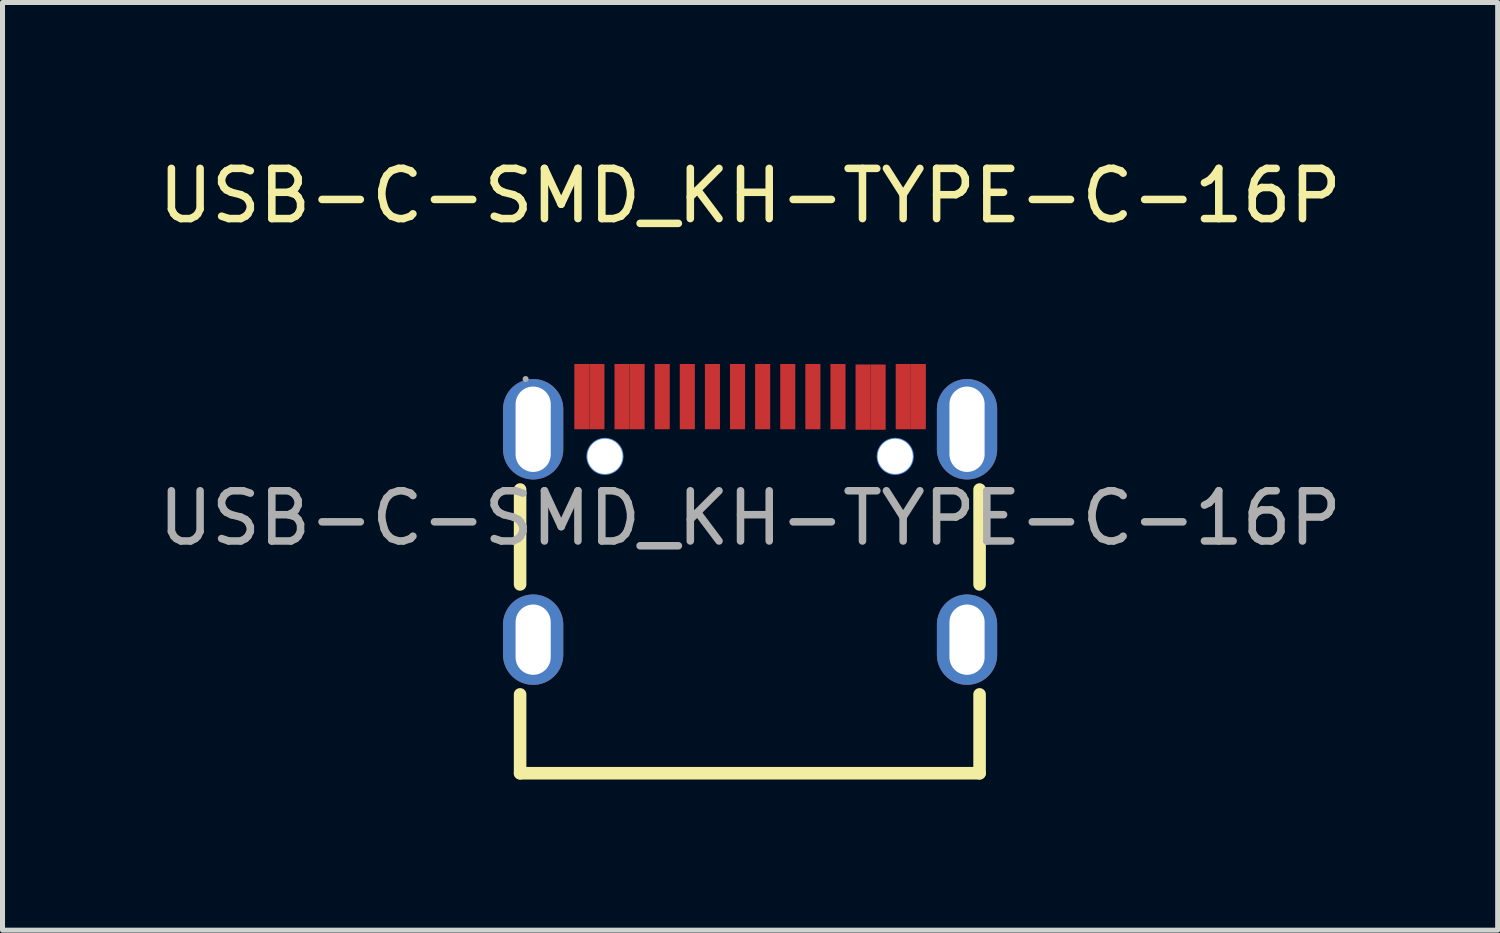
<source format=kicad_pcb>
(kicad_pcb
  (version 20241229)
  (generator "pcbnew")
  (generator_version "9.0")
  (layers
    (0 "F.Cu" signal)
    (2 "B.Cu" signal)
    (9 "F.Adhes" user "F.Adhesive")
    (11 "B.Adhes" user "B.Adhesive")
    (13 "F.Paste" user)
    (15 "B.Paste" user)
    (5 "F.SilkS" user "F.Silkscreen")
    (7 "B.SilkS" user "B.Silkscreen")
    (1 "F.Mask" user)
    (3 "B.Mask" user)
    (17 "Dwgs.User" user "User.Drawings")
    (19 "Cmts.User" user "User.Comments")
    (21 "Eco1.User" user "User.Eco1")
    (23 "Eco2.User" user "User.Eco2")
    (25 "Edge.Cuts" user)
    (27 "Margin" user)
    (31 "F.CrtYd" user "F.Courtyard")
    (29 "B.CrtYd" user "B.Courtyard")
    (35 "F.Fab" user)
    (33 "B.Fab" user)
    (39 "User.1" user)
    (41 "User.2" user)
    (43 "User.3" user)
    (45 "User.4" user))
  (footprint "USB-C-SMD_KH-TYPE-C-16P"
    (layer "F.Cu")
    (at 11.887 7.268)
    (property "Reference" "USB-C-SMD_KH-TYPE-C-16P" (at 0 -6.42 0) (layer "F.SilkS") (effects (font (size 1 1) (thickness 0.15))))
    (attr through_hole)
    (fp_line (start -4.58 -0.57) (end -4.58 1.32) (stroke (width 0.25) (type solid)) (layer "F.SilkS"))
    (fp_line (start -4.58 3.51) (end -4.58 5.08) (stroke (width 0.25) (type solid)) (layer "F.SilkS"))
    (fp_line (start -4.58 5.08) (end 4.57 5.08) (stroke (width 0.25) (type solid)) (layer "F.SilkS"))
    (fp_line (start 4.57 1.32) (end 4.57 -0.57) (stroke (width 0.25) (type solid)) (layer "F.SilkS"))
    (fp_line (start 4.57 5.08) (end 4.57 3.51) (stroke (width 0.25) (type solid)) (layer "F.SilkS"))
    (fp_circle (center -2.89 -1.23) (end -2.77 -1.23) (stroke (width 0.25) (type solid)) (fill no) (layer "Cmts.User"))
    (fp_circle (center 2.89 -1.23) (end 3.01 -1.23) (stroke (width 0.25) (type solid)) (fill no) (layer "Cmts.User"))
    (fp_circle (center -4.47 -2.77) (end -4.44 -2.77) (stroke (width 0.06) (type solid)) (fill no) (layer "F.Fab"))
    (fp_text user "${REFERENCE}" (at 0 0 0) (layer "F.Fab") (effects (font (size 1 1) (thickness 0.15))))
    (pad "" thru_hole circle (at -2.89 -1.23) (size 0.7 0.7) (drill 0.7) (layers "*.Cu" "*.Mask"))
    (pad "" thru_hole circle (at 2.89 -1.23) (size 0.7 0.7) (drill 0.7) (layers "*.Cu" "*.Mask"))
    (pad "1" thru_hole oval (at -4.32 -1.77) (size 1.2 2) (drill oval 0.7 1.7) (layers "*.Cu" "*.Paste" "*.Mask"))
    (pad "2" thru_hole oval (at 4.32 -1.77) (size 1.2 2) (drill oval 0.7 1.7) (layers "*.Cu" "*.Paste" "*.Mask"))
    (pad "3" thru_hole oval (at -4.32 2.42) (size 1.2 1.8) (drill oval 0.7 1.4) (layers "*.Cu" "*.Paste" "*.Mask"))
    (pad "4" thru_hole oval (at 4.32 2.42) (size 1.2 1.8) (drill oval 0.7 1.4) (layers "*.Cu" "*.Paste" "*.Mask"))
    (pad "A1" smd rect (at -3.35 -2.42) (size 0.3 1.3) (layers "F.Cu" "F.Mask" "F.Paste"))
    (pad "A4" smd rect (at -2.55 -2.42) (size 0.3 1.3) (layers "F.Cu" "F.Mask" "F.Paste"))
    (pad "A5" smd rect (at -1.25 -2.42) (size 0.3 1.3) (layers "F.Cu" "F.Mask" "F.Paste"))
    (pad "A6" smd rect (at -0.25 -2.42) (size 0.3 1.3) (layers "F.Cu" "F.Mask" "F.Paste"))
    (pad "A7" smd rect (at 0.25 -2.42) (size 0.3 1.3) (layers "F.Cu" "F.Mask" "F.Paste"))
    (pad "A8" smd rect (at 1.25 -2.42) (size 0.3 1.3) (layers "F.Cu" "F.Mask" "F.Paste"))
    (pad "A9" smd rect (at 2.55 -2.41) (size 0.3 1.3) (layers "F.Cu" "F.Mask" "F.Paste"))
    (pad "A12" smd rect (at 3.35 -2.42) (size 0.3 1.3) (layers "F.Cu" "F.Mask" "F.Paste"))
    (pad "B1" smd rect (at 3.05 -2.42) (size 0.3 1.3) (layers "F.Cu" "F.Mask" "F.Paste"))
    (pad "B4" smd rect (at 2.25 -2.41) (size 0.3 1.3) (layers "F.Cu" "F.Mask" "F.Paste"))
    (pad "B5" smd rect (at 1.75 -2.42) (size 0.3 1.3) (layers "F.Cu" "F.Mask" "F.Paste"))
    (pad "B6" smd rect (at 0.75 -2.42) (size 0.3 1.3) (layers "F.Cu" "F.Mask" "F.Paste"))
    (pad "B7" smd rect (at -0.75 -2.42) (size 0.3 1.3) (layers "F.Cu" "F.Mask" "F.Paste"))
    (pad "B8" smd rect (at -1.75 -2.42) (size 0.3 1.3) (layers "F.Cu" "F.Mask" "F.Paste"))
    (pad "B9" smd rect (at -2.25 -2.42) (size 0.3 1.3) (layers "F.Cu" "F.Mask" "F.Paste"))
    (pad "B12" smd rect (at -3.05 -2.42) (size 0.3 1.3) (layers "F.Cu" "F.Mask" "F.Paste")))
  (gr_rect
    (start -3 -3)
    (end 26.774 15.473)
    (stroke (width 0.1) (type default))
    (fill no)
    (layer "Edge.Cuts")))
</source>
